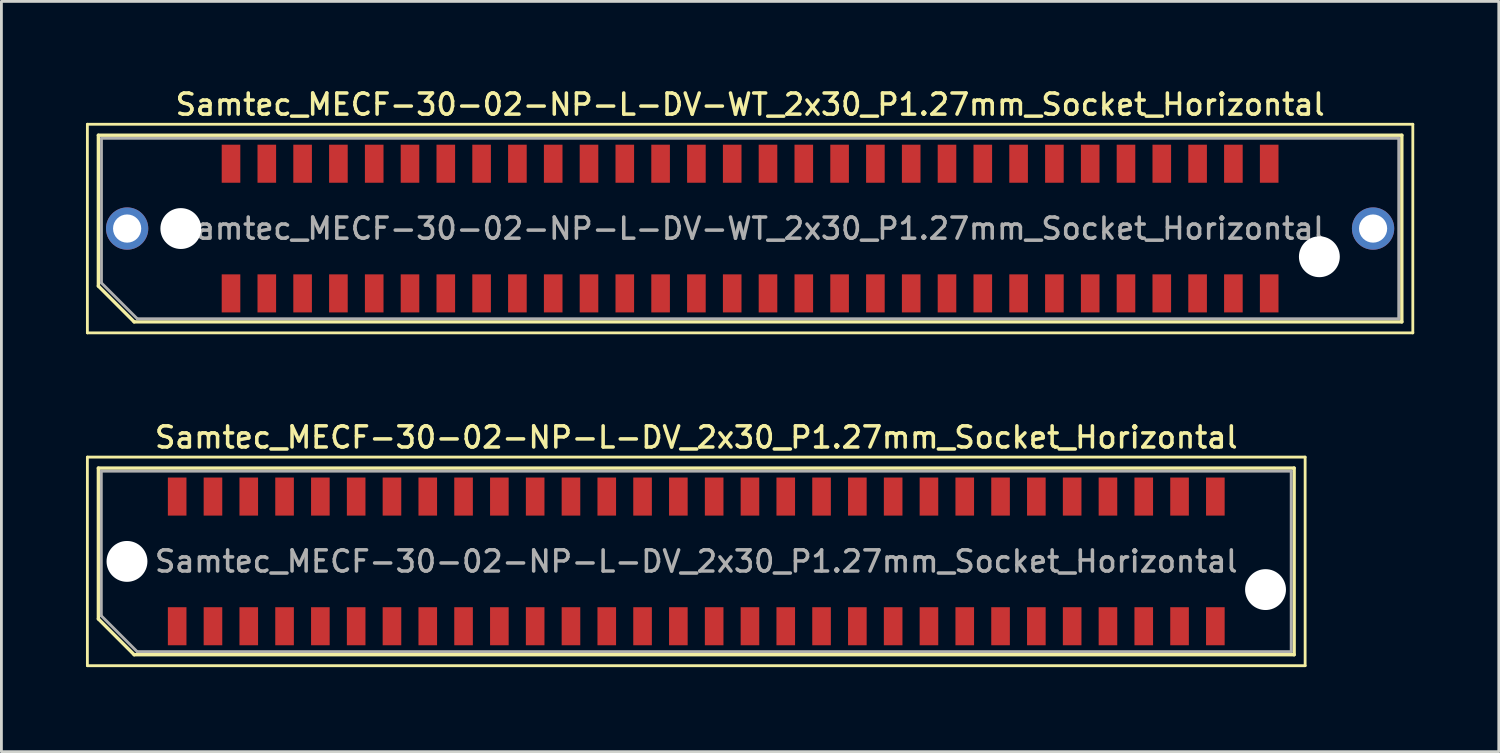
<source format=kicad_pcb>
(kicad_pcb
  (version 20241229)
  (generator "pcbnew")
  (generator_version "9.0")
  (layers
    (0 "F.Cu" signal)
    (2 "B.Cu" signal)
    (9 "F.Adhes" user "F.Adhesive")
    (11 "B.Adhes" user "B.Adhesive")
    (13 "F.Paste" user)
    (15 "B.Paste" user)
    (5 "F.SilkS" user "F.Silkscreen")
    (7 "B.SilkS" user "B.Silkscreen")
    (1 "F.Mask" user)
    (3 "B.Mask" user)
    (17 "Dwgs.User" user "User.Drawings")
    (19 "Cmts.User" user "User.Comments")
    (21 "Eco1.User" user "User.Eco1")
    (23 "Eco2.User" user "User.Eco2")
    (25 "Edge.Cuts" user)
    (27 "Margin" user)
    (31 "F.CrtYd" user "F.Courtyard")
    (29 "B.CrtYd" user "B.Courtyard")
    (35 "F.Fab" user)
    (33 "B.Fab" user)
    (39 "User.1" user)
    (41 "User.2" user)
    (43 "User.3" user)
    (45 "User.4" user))
  (footprint "Samtec_MECF-30-02-NP-L-DV_2x30_P1.27mm_Socket_Horizontal"
    (layer "F.Cu")
    (at 21.65 16.866)
    (property "Reference" "Samtec_MECF-30-02-NP-L-DV_2x30_P1.27mm_Socket_Horizontal" (at 0 -4.4 0) (layer "F.SilkS") (effects (font (size 0.75 0.75) (thickness 0.125))))
    (attr smd)
    (fp_line (start -21.6 -3.7) (end -21.6 3.7) (stroke (width 0.1) (type solid)) (layer "F.SilkS"))
    (fp_line (start -21.6 3.7) (end 21.6 3.7) (stroke (width 0.1) (type solid)) (layer "F.SilkS"))
    (fp_line (start -21.21 -3.31) (end 21.21 -3.31) (stroke (width 0.12) (type solid)) (layer "F.SilkS"))
    (fp_line (start -21.21 2.04) (end -21.21 -3.31) (stroke (width 0.12) (type solid)) (layer "F.SilkS"))
    (fp_line (start -19.94 3.31) (end -21.21 2.04) (stroke (width 0.12) (type solid)) (layer "F.SilkS"))
    (fp_line (start -19.94 3.31) (end 21.21 3.31) (stroke (width 0.12) (type solid)) (layer "F.SilkS"))
    (fp_line (start 21.21 3.31) (end 21.21 -3.31) (stroke (width 0.12) (type solid)) (layer "F.SilkS"))
    (fp_line (start 21.6 -3.7) (end -21.6 -3.7) (stroke (width 0.1) (type solid)) (layer "F.SilkS"))
    (fp_line (start 21.6 3.7) (end 21.6 -3.7) (stroke (width 0.1) (type solid)) (layer "F.SilkS"))
    (fp_line (start -21.105 -3.2) (end 21.105 -3.2) (stroke (width 0.1) (type solid)) (layer "F.Fab"))
    (fp_line (start -21.105 1.93) (end -21.105 -3.2) (stroke (width 0.1) (type solid)) (layer "F.Fab"))
    (fp_line (start -21.105 1.93) (end -19.835 3.2) (stroke (width 0.1) (type solid)) (layer "F.Fab"))
    (fp_line (start -19.835 3.2) (end 21.105 3.2) (stroke (width 0.1) (type solid)) (layer "F.Fab"))
    (fp_line (start 21.105 3.2) (end 21.105 -3.2) (stroke (width 0.1) (type solid)) (layer "F.Fab"))
    (fp_text user "${REFERENCE}" (at 0 0 0) (layer "F.Fab") (effects (font (size 0.75 0.75) (thickness 0.125))))
    (pad "" np_thru_hole circle (at -20.195 0) (size 1.45 1.45) (drill 1.45) (layers "*.Cu" "*.Mask"))
    (pad "" np_thru_hole circle (at 20.195 1) (size 1.45 1.45) (drill 1.45) (layers "*.Cu" "*.Mask"))
    (pad "1" smd rect (at -18.415 2.3) (size 0.66 1.35) (layers "F.Cu" "F.Mask" "F.Paste"))
    (pad "2" smd rect (at -18.415 -2.3) (size 0.66 1.35) (layers "F.Cu" "F.Mask" "F.Paste"))
    (pad "3" smd rect (at -17.145 2.3) (size 0.66 1.35) (layers "F.Cu" "F.Mask" "F.Paste"))
    (pad "4" smd rect (at -17.145 -2.3) (size 0.66 1.35) (layers "F.Cu" "F.Mask" "F.Paste"))
    (pad "5" smd rect (at -15.875 2.3) (size 0.66 1.35) (layers "F.Cu" "F.Mask" "F.Paste"))
    (pad "6" smd rect (at -15.875 -2.3) (size 0.66 1.35) (layers "F.Cu" "F.Mask" "F.Paste"))
    (pad "7" smd rect (at -14.605 2.3) (size 0.66 1.35) (layers "F.Cu" "F.Mask" "F.Paste"))
    (pad "8" smd rect (at -14.605 -2.3) (size 0.66 1.35) (layers "F.Cu" "F.Mask" "F.Paste"))
    (pad "9" smd rect (at -13.335 2.3) (size 0.66 1.35) (layers "F.Cu" "F.Mask" "F.Paste"))
    (pad "10" smd rect (at -13.335 -2.3) (size 0.66 1.35) (layers "F.Cu" "F.Mask" "F.Paste"))
    (pad "11" smd rect (at -12.065 2.3) (size 0.66 1.35) (layers "F.Cu" "F.Mask" "F.Paste"))
    (pad "12" smd rect (at -12.065 -2.3) (size 0.66 1.35) (layers "F.Cu" "F.Mask" "F.Paste"))
    (pad "13" smd rect (at -10.795 2.3) (size 0.66 1.35) (layers "F.Cu" "F.Mask" "F.Paste"))
    (pad "14" smd rect (at -10.795 -2.3) (size 0.66 1.35) (layers "F.Cu" "F.Mask" "F.Paste"))
    (pad "15" smd rect (at -9.525 2.3) (size 0.66 1.35) (layers "F.Cu" "F.Mask" "F.Paste"))
    (pad "16" smd rect (at -9.525 -2.3) (size 0.66 1.35) (layers "F.Cu" "F.Mask" "F.Paste"))
    (pad "17" smd rect (at -8.255 2.3) (size 0.66 1.35) (layers "F.Cu" "F.Mask" "F.Paste"))
    (pad "18" smd rect (at -8.255 -2.3) (size 0.66 1.35) (layers "F.Cu" "F.Mask" "F.Paste"))
    (pad "19" smd rect (at -6.985 2.3) (size 0.66 1.35) (layers "F.Cu" "F.Mask" "F.Paste"))
    (pad "20" smd rect (at -6.985 -2.3) (size 0.66 1.35) (layers "F.Cu" "F.Mask" "F.Paste"))
    (pad "21" smd rect (at -5.715 2.3) (size 0.66 1.35) (layers "F.Cu" "F.Mask" "F.Paste"))
    (pad "22" smd rect (at -5.715 -2.3) (size 0.66 1.35) (layers "F.Cu" "F.Mask" "F.Paste"))
    (pad "23" smd rect (at -4.445 2.3) (size 0.66 1.35) (layers "F.Cu" "F.Mask" "F.Paste"))
    (pad "24" smd rect (at -4.445 -2.3) (size 0.66 1.35) (layers "F.Cu" "F.Mask" "F.Paste"))
    (pad "25" smd rect (at -3.175 2.3) (size 0.66 1.35) (layers "F.Cu" "F.Mask" "F.Paste"))
    (pad "26" smd rect (at -3.175 -2.3) (size 0.66 1.35) (layers "F.Cu" "F.Mask" "F.Paste"))
    (pad "27" smd rect (at -1.905 2.3) (size 0.66 1.35) (layers "F.Cu" "F.Mask" "F.Paste"))
    (pad "28" smd rect (at -1.905 -2.3) (size 0.66 1.35) (layers "F.Cu" "F.Mask" "F.Paste"))
    (pad "29" smd rect (at -0.635 2.3) (size 0.66 1.35) (layers "F.Cu" "F.Mask" "F.Paste"))
    (pad "30" smd rect (at -0.635 -2.3) (size 0.66 1.35) (layers "F.Cu" "F.Mask" "F.Paste"))
    (pad "31" smd rect (at 0.635 2.3) (size 0.66 1.35) (layers "F.Cu" "F.Mask" "F.Paste"))
    (pad "32" smd rect (at 0.635 -2.3) (size 0.66 1.35) (layers "F.Cu" "F.Mask" "F.Paste"))
    (pad "33" smd rect (at 1.905 2.3) (size 0.66 1.35) (layers "F.Cu" "F.Mask" "F.Paste"))
    (pad "34" smd rect (at 1.905 -2.3) (size 0.66 1.35) (layers "F.Cu" "F.Mask" "F.Paste"))
    (pad "35" smd rect (at 3.175 2.3) (size 0.66 1.35) (layers "F.Cu" "F.Mask" "F.Paste"))
    (pad "36" smd rect (at 3.175 -2.3) (size 0.66 1.35) (layers "F.Cu" "F.Mask" "F.Paste"))
    (pad "37" smd rect (at 4.445 2.3) (size 0.66 1.35) (layers "F.Cu" "F.Mask" "F.Paste"))
    (pad "38" smd rect (at 4.445 -2.3) (size 0.66 1.35) (layers "F.Cu" "F.Mask" "F.Paste"))
    (pad "39" smd rect (at 5.715 2.3) (size 0.66 1.35) (layers "F.Cu" "F.Mask" "F.Paste"))
    (pad "40" smd rect (at 5.715 -2.3) (size 0.66 1.35) (layers "F.Cu" "F.Mask" "F.Paste"))
    (pad "41" smd rect (at 6.985 2.3) (size 0.66 1.35) (layers "F.Cu" "F.Mask" "F.Paste"))
    (pad "42" smd rect (at 6.985 -2.3) (size 0.66 1.35) (layers "F.Cu" "F.Mask" "F.Paste"))
    (pad "43" smd rect (at 8.255 2.3) (size 0.66 1.35) (layers "F.Cu" "F.Mask" "F.Paste"))
    (pad "44" smd rect (at 8.255 -2.3) (size 0.66 1.35) (layers "F.Cu" "F.Mask" "F.Paste"))
    (pad "45" smd rect (at 9.525 2.3) (size 0.66 1.35) (layers "F.Cu" "F.Mask" "F.Paste"))
    (pad "46" smd rect (at 9.525 -2.3) (size 0.66 1.35) (layers "F.Cu" "F.Mask" "F.Paste"))
    (pad "47" smd rect (at 10.795 2.3) (size 0.66 1.35) (layers "F.Cu" "F.Mask" "F.Paste"))
    (pad "48" smd rect (at 10.795 -2.3) (size 0.66 1.35) (layers "F.Cu" "F.Mask" "F.Paste"))
    (pad "49" smd rect (at 12.065 2.3) (size 0.66 1.35) (layers "F.Cu" "F.Mask" "F.Paste"))
    (pad "50" smd rect (at 12.065 -2.3) (size 0.66 1.35) (layers "F.Cu" "F.Mask" "F.Paste"))
    (pad "51" smd rect (at 13.335 2.3) (size 0.66 1.35) (layers "F.Cu" "F.Mask" "F.Paste"))
    (pad "52" smd rect (at 13.335 -2.3) (size 0.66 1.35) (layers "F.Cu" "F.Mask" "F.Paste"))
    (pad "53" smd rect (at 14.605 2.3) (size 0.66 1.35) (layers "F.Cu" "F.Mask" "F.Paste"))
    (pad "54" smd rect (at 14.605 -2.3) (size 0.66 1.35) (layers "F.Cu" "F.Mask" "F.Paste"))
    (pad "55" smd rect (at 15.875 2.3) (size 0.66 1.35) (layers "F.Cu" "F.Mask" "F.Paste"))
    (pad "56" smd rect (at 15.875 -2.3) (size 0.66 1.35) (layers "F.Cu" "F.Mask" "F.Paste"))
    (pad "57" smd rect (at 17.145 2.3) (size 0.66 1.35) (layers "F.Cu" "F.Mask" "F.Paste"))
    (pad "58" smd rect (at 17.145 -2.3) (size 0.66 1.35) (layers "F.Cu" "F.Mask" "F.Paste"))
    (pad "59" smd rect (at 18.415 2.3) (size 0.66 1.35) (layers "F.Cu" "F.Mask" "F.Paste"))
    (pad "60" smd rect (at 18.415 -2.3) (size 0.66 1.35) (layers "F.Cu" "F.Mask" "F.Paste")))
  (footprint "Samtec_MECF-30-02-NP-L-DV-WT_2x30_P1.27mm_Socket_Horizontal"
    (layer "F.Cu")
    (at 23.56 5.058)
    (property "Reference" "Samtec_MECF-30-02-NP-L-DV-WT_2x30_P1.27mm_Socket_Horizontal" (at 0 -4.4 0) (layer "F.SilkS") (effects (font (size 0.75 0.75) (thickness 0.125))))
    (attr smd)
    (fp_line (start -23.51 -3.7) (end -23.51 3.7) (stroke (width 0.1) (type solid)) (layer "F.SilkS"))
    (fp_line (start -23.51 3.7) (end 23.51 3.7) (stroke (width 0.1) (type solid)) (layer "F.SilkS"))
    (fp_line (start -23.12 -3.31) (end 23.12 -3.31) (stroke (width 0.12) (type solid)) (layer "F.SilkS"))
    (fp_line (start -23.12 2.04) (end -23.12 -3.31) (stroke (width 0.12) (type solid)) (layer "F.SilkS"))
    (fp_line (start -21.85 3.31) (end -23.12 2.04) (stroke (width 0.12) (type solid)) (layer "F.SilkS"))
    (fp_line (start -21.85 3.31) (end 23.12 3.31) (stroke (width 0.12) (type solid)) (layer "F.SilkS"))
    (fp_line (start 23.12 3.31) (end 23.12 -3.31) (stroke (width 0.12) (type solid)) (layer "F.SilkS"))
    (fp_line (start 23.51 -3.7) (end -23.51 -3.7) (stroke (width 0.1) (type solid)) (layer "F.SilkS"))
    (fp_line (start 23.51 3.7) (end 23.51 -3.7) (stroke (width 0.1) (type solid)) (layer "F.SilkS"))
    (fp_line (start -23.01 -3.2) (end 23.01 -3.2) (stroke (width 0.1) (type solid)) (layer "F.Fab"))
    (fp_line (start -23.01 1.93) (end -23.01 -3.2) (stroke (width 0.1) (type solid)) (layer "F.Fab"))
    (fp_line (start -23.01 1.93) (end -21.74 3.2) (stroke (width 0.1) (type solid)) (layer "F.Fab"))
    (fp_line (start -21.74 3.2) (end 23.01 3.2) (stroke (width 0.1) (type solid)) (layer "F.Fab"))
    (fp_line (start 23.01 3.2) (end 23.01 -3.2) (stroke (width 0.1) (type solid)) (layer "F.Fab"))
    (fp_text user "${REFERENCE}" (at 0 0 0) (layer "F.Fab") (effects (font (size 0.75 0.75) (thickness 0.125))))
    (pad "" thru_hole circle (at -22.1 0) (size 1.5 1.5) (drill 1) (layers "*.Cu" "*.Mask"))
    (pad "" np_thru_hole circle (at -20.195 0) (size 1.45 1.45) (drill 1.45) (layers "*.Cu" "*.Mask"))
    (pad "" np_thru_hole circle (at 20.195 1) (size 1.45 1.45) (drill 1.45) (layers "*.Cu" "*.Mask"))
    (pad "" thru_hole circle (at 22.1 0) (size 1.5 1.5) (drill 1) (layers "*.Cu" "*.Mask"))
    (pad "1" smd rect (at -18.415 2.3) (size 0.66 1.35) (layers "F.Cu" "F.Mask" "F.Paste"))
    (pad "2" smd rect (at -18.415 -2.3) (size 0.66 1.35) (layers "F.Cu" "F.Mask" "F.Paste"))
    (pad "3" smd rect (at -17.145 2.3) (size 0.66 1.35) (layers "F.Cu" "F.Mask" "F.Paste"))
    (pad "4" smd rect (at -17.145 -2.3) (size 0.66 1.35) (layers "F.Cu" "F.Mask" "F.Paste"))
    (pad "5" smd rect (at -15.875 2.3) (size 0.66 1.35) (layers "F.Cu" "F.Mask" "F.Paste"))
    (pad "6" smd rect (at -15.875 -2.3) (size 0.66 1.35) (layers "F.Cu" "F.Mask" "F.Paste"))
    (pad "7" smd rect (at -14.605 2.3) (size 0.66 1.35) (layers "F.Cu" "F.Mask" "F.Paste"))
    (pad "8" smd rect (at -14.605 -2.3) (size 0.66 1.35) (layers "F.Cu" "F.Mask" "F.Paste"))
    (pad "9" smd rect (at -13.335 2.3) (size 0.66 1.35) (layers "F.Cu" "F.Mask" "F.Paste"))
    (pad "10" smd rect (at -13.335 -2.3) (size 0.66 1.35) (layers "F.Cu" "F.Mask" "F.Paste"))
    (pad "11" smd rect (at -12.065 2.3) (size 0.66 1.35) (layers "F.Cu" "F.Mask" "F.Paste"))
    (pad "12" smd rect (at -12.065 -2.3) (size 0.66 1.35) (layers "F.Cu" "F.Mask" "F.Paste"))
    (pad "13" smd rect (at -10.795 2.3) (size 0.66 1.35) (layers "F.Cu" "F.Mask" "F.Paste"))
    (pad "14" smd rect (at -10.795 -2.3) (size 0.66 1.35) (layers "F.Cu" "F.Mask" "F.Paste"))
    (pad "15" smd rect (at -9.525 2.3) (size 0.66 1.35) (layers "F.Cu" "F.Mask" "F.Paste"))
    (pad "16" smd rect (at -9.525 -2.3) (size 0.66 1.35) (layers "F.Cu" "F.Mask" "F.Paste"))
    (pad "17" smd rect (at -8.255 2.3) (size 0.66 1.35) (layers "F.Cu" "F.Mask" "F.Paste"))
    (pad "18" smd rect (at -8.255 -2.3) (size 0.66 1.35) (layers "F.Cu" "F.Mask" "F.Paste"))
    (pad "19" smd rect (at -6.985 2.3) (size 0.66 1.35) (layers "F.Cu" "F.Mask" "F.Paste"))
    (pad "20" smd rect (at -6.985 -2.3) (size 0.66 1.35) (layers "F.Cu" "F.Mask" "F.Paste"))
    (pad "21" smd rect (at -5.715 2.3) (size 0.66 1.35) (layers "F.Cu" "F.Mask" "F.Paste"))
    (pad "22" smd rect (at -5.715 -2.3) (size 0.66 1.35) (layers "F.Cu" "F.Mask" "F.Paste"))
    (pad "23" smd rect (at -4.445 2.3) (size 0.66 1.35) (layers "F.Cu" "F.Mask" "F.Paste"))
    (pad "24" smd rect (at -4.445 -2.3) (size 0.66 1.35) (layers "F.Cu" "F.Mask" "F.Paste"))
    (pad "25" smd rect (at -3.175 2.3) (size 0.66 1.35) (layers "F.Cu" "F.Mask" "F.Paste"))
    (pad "26" smd rect (at -3.175 -2.3) (size 0.66 1.35) (layers "F.Cu" "F.Mask" "F.Paste"))
    (pad "27" smd rect (at -1.905 2.3) (size 0.66 1.35) (layers "F.Cu" "F.Mask" "F.Paste"))
    (pad "28" smd rect (at -1.905 -2.3) (size 0.66 1.35) (layers "F.Cu" "F.Mask" "F.Paste"))
    (pad "29" smd rect (at -0.635 2.3) (size 0.66 1.35) (layers "F.Cu" "F.Mask" "F.Paste"))
    (pad "30" smd rect (at -0.635 -2.3) (size 0.66 1.35) (layers "F.Cu" "F.Mask" "F.Paste"))
    (pad "31" smd rect (at 0.635 2.3) (size 0.66 1.35) (layers "F.Cu" "F.Mask" "F.Paste"))
    (pad "32" smd rect (at 0.635 -2.3) (size 0.66 1.35) (layers "F.Cu" "F.Mask" "F.Paste"))
    (pad "33" smd rect (at 1.905 2.3) (size 0.66 1.35) (layers "F.Cu" "F.Mask" "F.Paste"))
    (pad "34" smd rect (at 1.905 -2.3) (size 0.66 1.35) (layers "F.Cu" "F.Mask" "F.Paste"))
    (pad "35" smd rect (at 3.175 2.3) (size 0.66 1.35) (layers "F.Cu" "F.Mask" "F.Paste"))
    (pad "36" smd rect (at 3.175 -2.3) (size 0.66 1.35) (layers "F.Cu" "F.Mask" "F.Paste"))
    (pad "37" smd rect (at 4.445 2.3) (size 0.66 1.35) (layers "F.Cu" "F.Mask" "F.Paste"))
    (pad "38" smd rect (at 4.445 -2.3) (size 0.66 1.35) (layers "F.Cu" "F.Mask" "F.Paste"))
    (pad "39" smd rect (at 5.715 2.3) (size 0.66 1.35) (layers "F.Cu" "F.Mask" "F.Paste"))
    (pad "40" smd rect (at 5.715 -2.3) (size 0.66 1.35) (layers "F.Cu" "F.Mask" "F.Paste"))
    (pad "41" smd rect (at 6.985 2.3) (size 0.66 1.35) (layers "F.Cu" "F.Mask" "F.Paste"))
    (pad "42" smd rect (at 6.985 -2.3) (size 0.66 1.35) (layers "F.Cu" "F.Mask" "F.Paste"))
    (pad "43" smd rect (at 8.255 2.3) (size 0.66 1.35) (layers "F.Cu" "F.Mask" "F.Paste"))
    (pad "44" smd rect (at 8.255 -2.3) (size 0.66 1.35) (layers "F.Cu" "F.Mask" "F.Paste"))
    (pad "45" smd rect (at 9.525 2.3) (size 0.66 1.35) (layers "F.Cu" "F.Mask" "F.Paste"))
    (pad "46" smd rect (at 9.525 -2.3) (size 0.66 1.35) (layers "F.Cu" "F.Mask" "F.Paste"))
    (pad "47" smd rect (at 10.795 2.3) (size 0.66 1.35) (layers "F.Cu" "F.Mask" "F.Paste"))
    (pad "48" smd rect (at 10.795 -2.3) (size 0.66 1.35) (layers "F.Cu" "F.Mask" "F.Paste"))
    (pad "49" smd rect (at 12.065 2.3) (size 0.66 1.35) (layers "F.Cu" "F.Mask" "F.Paste"))
    (pad "50" smd rect (at 12.065 -2.3) (size 0.66 1.35) (layers "F.Cu" "F.Mask" "F.Paste"))
    (pad "51" smd rect (at 13.335 2.3) (size 0.66 1.35) (layers "F.Cu" "F.Mask" "F.Paste"))
    (pad "52" smd rect (at 13.335 -2.3) (size 0.66 1.35) (layers "F.Cu" "F.Mask" "F.Paste"))
    (pad "53" smd rect (at 14.605 2.3) (size 0.66 1.35) (layers "F.Cu" "F.Mask" "F.Paste"))
    (pad "54" smd rect (at 14.605 -2.3) (size 0.66 1.35) (layers "F.Cu" "F.Mask" "F.Paste"))
    (pad "55" smd rect (at 15.875 2.3) (size 0.66 1.35) (layers "F.Cu" "F.Mask" "F.Paste"))
    (pad "56" smd rect (at 15.875 -2.3) (size 0.66 1.35) (layers "F.Cu" "F.Mask" "F.Paste"))
    (pad "57" smd rect (at 17.145 2.3) (size 0.66 1.35) (layers "F.Cu" "F.Mask" "F.Paste"))
    (pad "58" smd rect (at 17.145 -2.3) (size 0.66 1.35) (layers "F.Cu" "F.Mask" "F.Paste"))
    (pad "59" smd rect (at 18.415 2.3) (size 0.66 1.35) (layers "F.Cu" "F.Mask" "F.Paste"))
    (pad "60" smd rect (at 18.415 -2.3) (size 0.66 1.35) (layers "F.Cu" "F.Mask" "F.Paste")))
  (gr_rect
    (start -3 -3)
    (end 50.12 23.616)
    (stroke (width 0.1) (type default))
    (fill no)
    (layer "Edge.Cuts")))
</source>
